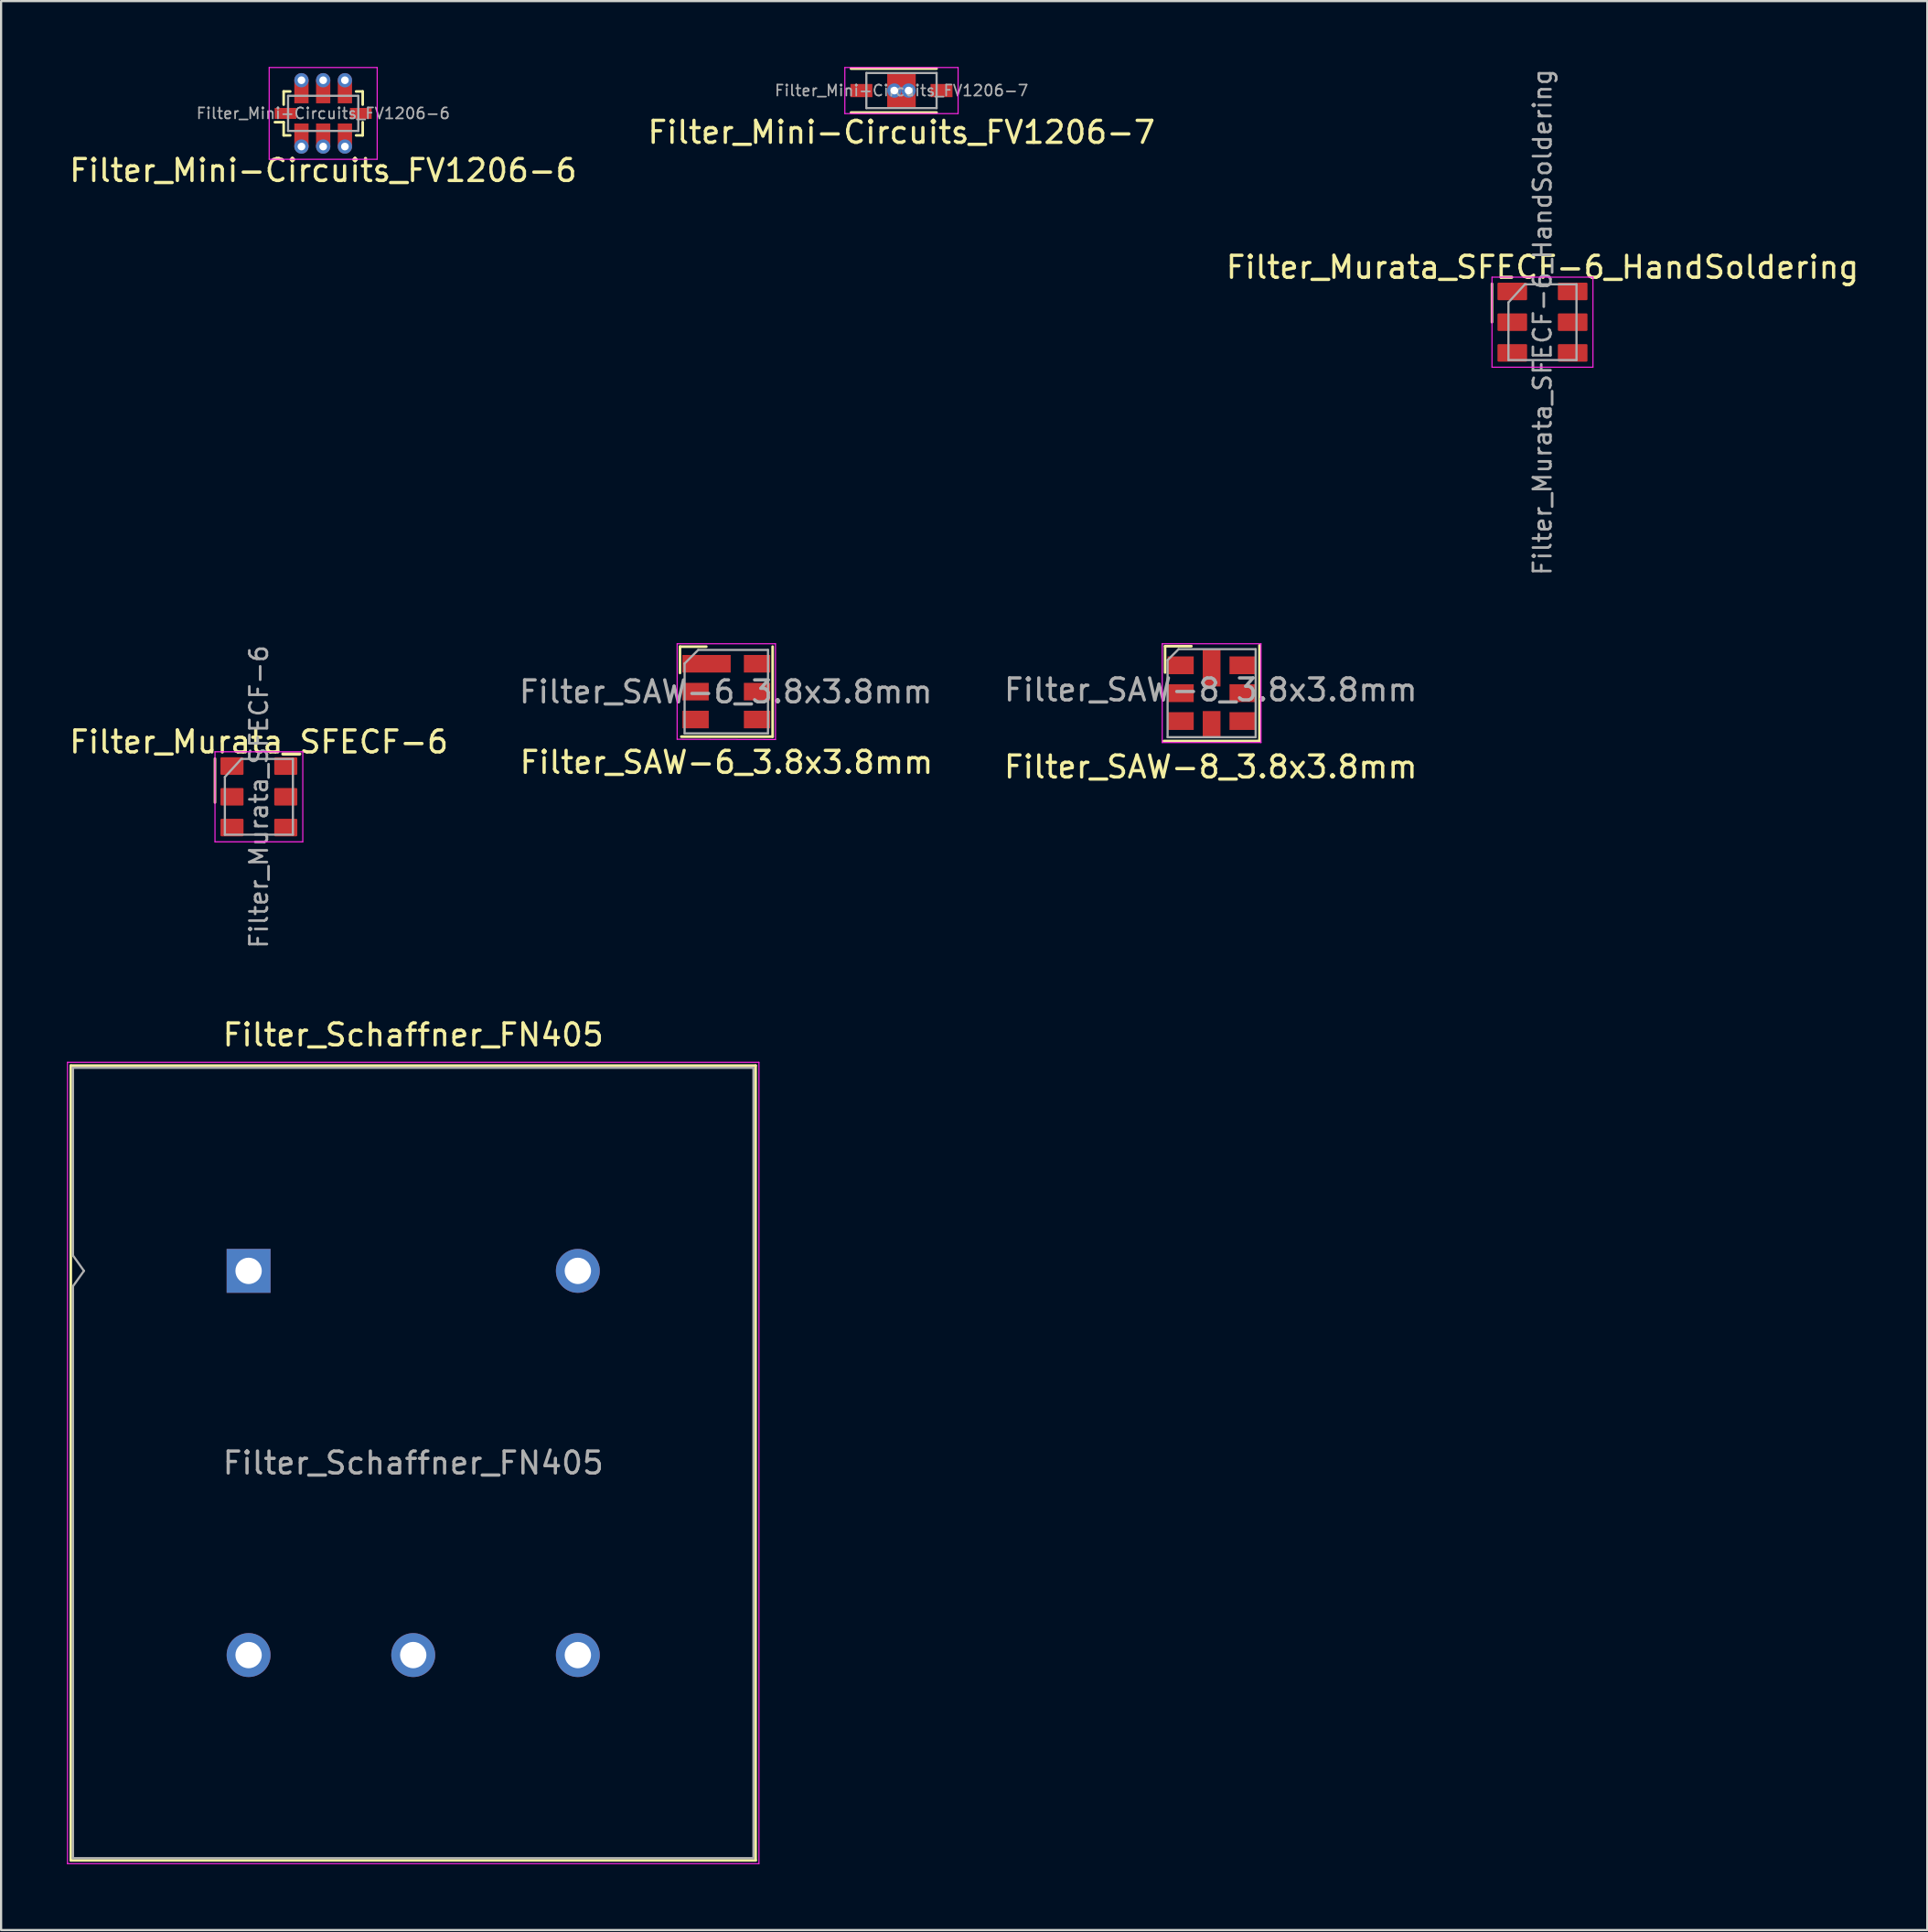
<source format=kicad_pcb>
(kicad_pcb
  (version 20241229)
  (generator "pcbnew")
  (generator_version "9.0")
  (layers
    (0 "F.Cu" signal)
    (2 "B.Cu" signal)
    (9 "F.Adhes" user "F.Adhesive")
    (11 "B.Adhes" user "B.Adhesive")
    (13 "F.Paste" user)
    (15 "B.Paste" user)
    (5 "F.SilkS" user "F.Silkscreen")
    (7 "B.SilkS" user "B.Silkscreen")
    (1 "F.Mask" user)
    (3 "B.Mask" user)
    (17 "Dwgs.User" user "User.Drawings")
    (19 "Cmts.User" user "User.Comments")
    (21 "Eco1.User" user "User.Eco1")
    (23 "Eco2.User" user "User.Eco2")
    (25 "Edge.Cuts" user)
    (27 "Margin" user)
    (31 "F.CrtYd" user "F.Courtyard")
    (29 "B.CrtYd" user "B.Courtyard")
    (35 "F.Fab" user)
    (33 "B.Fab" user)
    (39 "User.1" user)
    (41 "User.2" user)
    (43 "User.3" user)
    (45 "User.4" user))
  (footprint "Filter_Murata_SFECF-6"
    (layer "F.Cu")
    (at 8.744 33.243)
    (property "Reference" "Filter_Murata_SFECF-6" (at 0 -2.5 0) (layer "F.SilkS") (effects (font (size 1 1) (thickness 0.15))))
    (attr smd)
    (fp_line (start -2 0.26) (end -2 -1.74) (stroke (width 0.12) (type solid)) (layer "F.SilkS"))
    (fp_line (start -2 -2.05) (end -2 2.05) (stroke (width 0.05) (type solid)) (layer "F.CrtYd"))
    (fp_line (start -2 2.05) (end 2 2.05) (stroke (width 0.05) (type solid)) (layer "F.CrtYd"))
    (fp_line (start 2 -2.05) (end -2 -2.05) (stroke (width 0.05) (type solid)) (layer "F.CrtYd"))
    (fp_line (start 2 -2.05) (end 2 2.05) (stroke (width 0.05) (type solid)) (layer "F.CrtYd"))
    (fp_line (start -1.55 -0.9) (end -1.55 1.725) (stroke (width 0.1) (type solid)) (layer "F.Fab"))
    (fp_line (start -1.55 1.725) (end 1.55 1.725) (stroke (width 0.1) (type solid)) (layer "F.Fab"))
    (fp_line (start -0.8 -1.725) (end -1.55 -0.9) (stroke (width 0.1) (type solid)) (layer "F.Fab"))
    (fp_line (start 1.55 -1.725) (end -0.8 -1.725) (stroke (width 0.1) (type solid)) (layer "F.Fab"))
    (fp_line (start 1.55 -1.725) (end 1.55 1.725) (stroke (width 0.1) (type solid)) (layer "F.Fab"))
    (fp_text user "${REFERENCE}" (at 0 0 90) (layer "F.Fab") (effects (font (size 0.8 0.8) (thickness 0.12))))
    (pad "1" smd roundrect (at -1.225 -1.4) (size 1.05 0.8) (layers "F.Cu" "F.Mask" "F.Paste") (roundrect_rratio 0.062))
    (pad "2" smd roundrect (at -1.225 0) (size 1.05 0.8) (layers "F.Cu" "F.Mask" "F.Paste") (roundrect_rratio 0.062))
    (pad "3" smd roundrect (at -1.225 1.4) (size 1.05 0.8) (layers "F.Cu" "F.Mask" "F.Paste") (roundrect_rratio 0.062))
    (pad "4" smd roundrect (at 1.225 1.4) (size 1.05 0.8) (layers "F.Cu" "F.Mask" "F.Paste") (roundrect_rratio 0.062))
    (pad "5" smd roundrect (at 1.225 0) (size 1.05 0.8) (layers "F.Cu" "F.Mask" "F.Paste") (roundrect_rratio 0.062))
    (pad "6" smd roundrect (at 1.225 -1.4) (size 1.05 0.8) (layers "F.Cu" "F.Mask" "F.Paste") (roundrect_rratio 0.062)))
  (footprint "Filter_SAW-6_3.8x3.8mm"
    (layer "F.Cu")
    (at 30.038 28.453)
    (property "Reference" "Filter_SAW-6_3.8x3.8mm" (at 0.01 3.22 0) (layer "F.SilkS") (effects (font (size 1 1) (thickness 0.15))))
    (attr smd)
    (fp_line (start -2.11 -2.05) (end -0.91 -2.05) (stroke (width 0.12) (type solid)) (layer "F.SilkS"))
    (fp_line (start -2.11 -0.85) (end -2.11 -2.05) (stroke (width 0.12) (type solid)) (layer "F.SilkS"))
    (fp_line (start 2.11 -2.05) (end 2.11 2.05) (stroke (width 0.12) (type solid)) (layer "F.SilkS"))
    (fp_line (start 2.11 2.05) (end -2.05 2.05) (stroke (width 0.12) (type solid)) (layer "F.SilkS"))
    (fp_line (start -2.24 -2.18) (end 2.24 -2.18) (stroke (width 0.05) (type solid)) (layer "F.CrtYd"))
    (fp_line (start -2.24 2.17) (end -2.24 -2.18) (stroke (width 0.05) (type solid)) (layer "F.CrtYd"))
    (fp_line (start 2.24 -2.18) (end 2.24 2.18) (stroke (width 0.05) (type solid)) (layer "F.CrtYd"))
    (fp_line (start 2.24 2.18) (end -2.24 2.17) (stroke (width 0.05) (type solid)) (layer "F.CrtYd"))
    (fp_line (start -1.9 1.9) (end -1.9 -1.28) (stroke (width 0.1) (type solid)) (layer "F.Fab"))
    (fp_line (start -1.28 -1.9) (end -1.9 -1.28) (stroke (width 0.1) (type solid)) (layer "F.Fab"))
    (fp_line (start -1.28 -1.9) (end 1.9 -1.9) (stroke (width 0.1) (type solid)) (layer "F.Fab"))
    (fp_line (start 1.9 -1.9) (end 1.9 1.9) (stroke (width 0.1) (type solid)) (layer "F.Fab"))
    (fp_line (start 1.9 1.9) (end -1.9 1.9) (stroke (width 0.1) (type solid)) (layer "F.Fab"))
    (fp_text user "${REFERENCE}" (at -0.02 0.01 0) (layer "F.Fab") (effects (font (size 1 1) (thickness 0.15))))
    (pad "1" smd rect (at -0.9 -1.27) (size 2.2 0.8) (layers "F.Cu" "F.Mask" "F.Paste"))
    (pad "2" smd rect (at -1.4 0) (size 1.2 0.8) (layers "F.Cu" "F.Mask" "F.Paste"))
    (pad "3" smd rect (at -1.4 1.27) (size 1.2 0.8) (layers "F.Cu" "F.Mask" "F.Paste"))
    (pad "4" smd rect (at 1.4 1.27) (size 1.2 0.8) (layers "F.Cu" "F.Mask" "F.Paste"))
    (pad "5" smd rect (at 1.4 0) (size 1.2 0.8) (layers "F.Cu" "F.Mask" "F.Paste"))
    (pad "6" smd rect (at 1.4 -1.27) (size 1.2 0.8) (layers "F.Cu" "F.Mask" "F.Paste")))
  (footprint "Filter_Mini-Circuits_FV1206-6"
    (layer "F.Cu")
    (at 11.673 2.115)
    (property "Reference" "Filter_Mini-Circuits_FV1206-6" (at 0 2.6 0) (layer "F.SilkS") (effects (font (size 1 1) (thickness 0.15))))
    (attr smd)
    (fp_line (start -1.8 -1) (end -1.8 -0.4) (stroke (width 0.12) (type solid)) (layer "F.SilkS"))
    (fp_line (start -1.8 0.4) (end -2.2 0.4) (stroke (width 0.12) (type solid)) (layer "F.SilkS"))
    (fp_line (start -1.8 1) (end -1.8 0.4) (stroke (width 0.12) (type solid)) (layer "F.SilkS"))
    (fp_line (start -1.5 -1) (end -1.8 -1) (stroke (width 0.12) (type solid)) (layer "F.SilkS"))
    (fp_line (start -1.5 1) (end -1.8 1) (stroke (width 0.12) (type solid)) (layer "F.SilkS"))
    (fp_line (start 1.5 -1) (end 1.8 -1) (stroke (width 0.12) (type solid)) (layer "F.SilkS"))
    (fp_line (start 1.8 -1) (end 1.8 -0.4) (stroke (width 0.12) (type solid)) (layer "F.SilkS"))
    (fp_line (start 1.8 0.4) (end 1.8 1) (stroke (width 0.12) (type solid)) (layer "F.SilkS"))
    (fp_line (start 1.8 1) (end 1.5 1) (stroke (width 0.12) (type solid)) (layer "F.SilkS"))
    (fp_line (start -2.46 -2.09) (end -2.46 2.09) (stroke (width 0.05) (type solid)) (layer "F.CrtYd"))
    (fp_line (start -2.46 2.09) (end 2.46 2.09) (stroke (width 0.05) (type solid)) (layer "F.CrtYd"))
    (fp_line (start 2.46 -2.09) (end -2.46 -2.09) (stroke (width 0.05) (type solid)) (layer "F.CrtYd"))
    (fp_line (start 2.46 2.09) (end 2.46 -2.09) (stroke (width 0.05) (type solid)) (layer "F.CrtYd"))
    (fp_line (start -1.6 -0.8) (end -1.6 0.8) (stroke (width 0.1) (type solid)) (layer "F.Fab"))
    (fp_line (start -1.6 0.8) (end 1.6 0.8) (stroke (width 0.1) (type solid)) (layer "F.Fab"))
    (fp_line (start 1.6 -0.8) (end -1.6 -0.8) (stroke (width 0.1) (type solid)) (layer "F.Fab"))
    (fp_line (start 1.6 0.8) (end 1.6 -0.8) (stroke (width 0.1) (type solid)) (layer "F.Fab"))
    (fp_text user "${REFERENCE}" (at 0 0 0) (layer "F.Fab") (effects (font (size 0.5 0.5) (thickness 0.075))))
    (pad "1" smd rect (at -1.715 0) (size 0.99 0.5) (layers "F.Cu" "F.Mask" "F.Paste"))
    (pad "2" smd rect (at -0.99 0.985) (size 0.65 1.05) (layers "F.Cu" "F.Mask" "F.Paste"))
    (pad "2" thru_hole circle (at -0.99 1.51) (size 0.65 0.65) (drill 0.35) (layers "*.Cu" "*.Mask"))
    (pad "3" smd rect (at 0 0.985) (size 0.65 1.05) (layers "F.Cu" "F.Mask" "F.Paste"))
    (pad "3" thru_hole circle (at 0 1.51) (size 0.65 0.65) (drill 0.35) (layers "*.Cu" "*.Mask"))
    (pad "4" smd rect (at 0.99 0.985) (size 0.65 1.05) (layers "F.Cu" "F.Mask" "F.Paste"))
    (pad "4" thru_hole circle (at 0.99 1.51) (size 0.65 0.65) (drill 0.35) (layers "*.Cu" "*.Mask"))
    (pad "5" smd rect (at 1.715 0) (size 0.99 0.5) (layers "F.Cu" "F.Mask" "F.Paste"))
    (pad "6" thru_hole circle (at 0.99 -1.51) (size 0.65 0.65) (drill 0.35) (layers "*.Cu" "*.Mask"))
    (pad "6" smd rect (at 0.99 -0.985) (size 0.65 1.05) (layers "F.Cu" "F.Mask" "F.Paste"))
    (pad "7" thru_hole circle (at 0 -1.51) (size 0.65 0.65) (drill 0.35) (layers "*.Cu" "*.Mask"))
    (pad "7" smd rect (at 0 -0.985) (size 0.65 1.05) (layers "F.Cu" "F.Mask" "F.Paste"))
    (pad "8" thru_hole circle (at -0.99 -1.51) (size 0.65 0.65) (drill 0.35) (layers "*.Cu" "*.Mask"))
    (pad "8" smd rect (at -0.99 -0.985) (size 0.65 1.05) (layers "F.Cu" "F.Mask" "F.Paste")))
  (footprint "Filter_Mini-Circuits_FV1206-7"
    (layer "F.Cu")
    (at 38.018 1.075)
    (property "Reference" "Filter_Mini-Circuits_FV1206-7" (at 0 1.9 0) (layer "F.SilkS") (effects (font (size 1 1) (thickness 0.15))))
    (attr smd)
    (fp_line (start -2.3 -1) (end 1.6 -1) (stroke (width 0.12) (type solid)) (layer "F.SilkS"))
    (fp_line (start 1.6 1) (end -2.3 1) (stroke (width 0.12) (type solid)) (layer "F.SilkS"))
    (fp_line (start -2.58 -1.05) (end 2.58 -1.05) (stroke (width 0.05) (type solid)) (layer "F.CrtYd"))
    (fp_line (start -2.58 1.05) (end -2.58 -1.05) (stroke (width 0.05) (type solid)) (layer "F.CrtYd"))
    (fp_line (start 2.58 -1.05) (end 2.58 1.05) (stroke (width 0.05) (type solid)) (layer "F.CrtYd"))
    (fp_line (start 2.58 1.05) (end -2.58 1.05) (stroke (width 0.05) (type solid)) (layer "F.CrtYd"))
    (fp_line (start -1.6 -0.8) (end -1.6 0.8) (stroke (width 0.1) (type solid)) (layer "F.Fab"))
    (fp_line (start -1.6 0.8) (end 1.6 0.8) (stroke (width 0.1) (type solid)) (layer "F.Fab"))
    (fp_line (start 1.6 -0.8) (end -1.6 -0.8) (stroke (width 0.1) (type solid)) (layer "F.Fab"))
    (fp_line (start 1.6 0.8) (end 1.6 -0.8) (stroke (width 0.1) (type solid)) (layer "F.Fab"))
    (fp_text user "${REFERENCE}" (at 0 0 0) (layer "F.Fab") (effects (font (size 0.5 0.5) (thickness 0.075))))
    (pad "1" smd rect (at -1.825 0) (size 1 0.6) (layers "F.Cu" "F.Mask" "F.Paste"))
    (pad "2" thru_hole circle (at -0.325 0) (size 0.65 0.65) (drill 0.35) (layers "*.Cu" "*.Mask"))
    (pad "2" smd rect (at 0 0) (size 1.3 1.6) (layers "F.Cu" "F.Mask" "F.Paste"))
    (pad "2" thru_hole circle (at 0.325 0) (size 0.65 0.65) (drill 0.35) (layers "*.Cu" "*.Mask"))
    (pad "3" smd rect (at 1.825 0) (size 1 0.6) (layers "F.Cu" "F.Mask" "F.Paste")))
  (footprint "Filter_Murata_SFECF-6_HandSoldering"
    (layer "F.Cu")
    (at 67.22 11.624)
    (property "Reference" "Filter_Murata_SFECF-6_HandSoldering" (at 0 -2.5 0) (layer "F.SilkS") (effects (font (size 1 1) (thickness 0.15))))
    (attr smd)
    (fp_line (start -2.3 0) (end -2.3 -1.75) (stroke (width 0.12) (type solid)) (layer "F.SilkS"))
    (fp_line (start -2.3 -2.05) (end -2.3 2.05) (stroke (width 0.05) (type solid)) (layer "F.CrtYd"))
    (fp_line (start -2.3 2.05) (end 2.3 2.05) (stroke (width 0.05) (type solid)) (layer "F.CrtYd"))
    (fp_line (start 2.3 -2.05) (end -2.3 -2.05) (stroke (width 0.05) (type solid)) (layer "F.CrtYd"))
    (fp_line (start 2.3 -2.05) (end 2.3 2.05) (stroke (width 0.05) (type solid)) (layer "F.CrtYd"))
    (fp_line (start -1.55 -0.9) (end -1.55 1.725) (stroke (width 0.1) (type solid)) (layer "F.Fab"))
    (fp_line (start -1.55 1.725) (end 1.55 1.725) (stroke (width 0.1) (type solid)) (layer "F.Fab"))
    (fp_line (start -0.8 -1.725) (end -1.55 -0.9) (stroke (width 0.1) (type solid)) (layer "F.Fab"))
    (fp_line (start 1.55 -1.725) (end -0.8 -1.725) (stroke (width 0.1) (type solid)) (layer "F.Fab"))
    (fp_line (start 1.55 -1.725) (end 1.55 1.725) (stroke (width 0.1) (type solid)) (layer "F.Fab"))
    (fp_text user "${REFERENCE}" (at 0 0 90) (layer "F.Fab") (effects (font (size 0.8 0.8) (thickness 0.12))))
    (pad "1" smd roundrect (at -1.375 -1.4) (size 1.35 0.8) (layers "F.Cu" "F.Mask" "F.Paste") (roundrect_rratio 0.062))
    (pad "2" smd roundrect (at -1.375 0) (size 1.35 0.8) (layers "F.Cu" "F.Mask" "F.Paste") (roundrect_rratio 0.062))
    (pad "3" smd roundrect (at -1.375 1.4) (size 1.35 0.8) (layers "F.Cu" "F.Mask" "F.Paste") (roundrect_rratio 0.062))
    (pad "4" smd roundrect (at 1.375 1.4) (size 1.35 0.8) (layers "F.Cu" "F.Mask" "F.Paste") (roundrect_rratio 0.062))
    (pad "5" smd roundrect (at 1.375 0) (size 1.35 0.8) (layers "F.Cu" "F.Mask" "F.Paste") (roundrect_rratio 0.062))
    (pad "6" smd roundrect (at 1.375 -1.4) (size 1.35 0.8) (layers "F.Cu" "F.Mask" "F.Paste") (roundrect_rratio 0.062)))
  (footprint "Filter_Schaffner_FN405"
    (layer "F.Cu")
    (at 8.275 54.836)
    (property "Reference" "Filter_Schaffner_FN405" (at 7.5 -10.75 0) (layer "F.SilkS") (effects (font (size 1 1) (thickness 0.15))))
    (attr through_hole)
    (fp_line (start -8.1 -9.35) (end 23.1 -9.35) (stroke (width 0.12) (type solid)) (layer "F.SilkS"))
    (fp_line (start -8.1 26.85) (end -8.1 -9.35) (stroke (width 0.12) (type solid)) (layer "F.SilkS"))
    (fp_line (start 23.1 -9.35) (end 23.1 26.85) (stroke (width 0.12) (type solid)) (layer "F.SilkS"))
    (fp_line (start 23.1 26.85) (end -8.1 26.85) (stroke (width 0.12) (type solid)) (layer "F.SilkS"))
    (fp_line (start -8.25 -9.5) (end 23.25 -9.5) (stroke (width 0.05) (type solid)) (layer "F.CrtYd"))
    (fp_line (start -8.25 27) (end -8.25 -9.5) (stroke (width 0.05) (type solid)) (layer "F.CrtYd"))
    (fp_line (start 23.25 -9.5) (end 23.25 27) (stroke (width 0.05) (type solid)) (layer "F.CrtYd"))
    (fp_line (start 23.25 27) (end -8.25 27) (stroke (width 0.05) (type solid)) (layer "F.CrtYd"))
    (fp_line (start -8 -9.25) (end 23 -9.25) (stroke (width 0.1) (type solid)) (layer "F.Fab"))
    (fp_line (start -8 -0.7) (end -8 -9.25) (stroke (width 0.1) (type solid)) (layer "F.Fab"))
    (fp_line (start -8 0.7) (end -7.5 0) (stroke (width 0.1) (type solid)) (layer "F.Fab"))
    (fp_line (start -8 26.75) (end -8 0.7) (stroke (width 0.1) (type solid)) (layer "F.Fab"))
    (fp_line (start -7.5 0) (end -8 -0.7) (stroke (width 0.1) (type solid)) (layer "F.Fab"))
    (fp_line (start 23 -9.25) (end 23 26.75) (stroke (width 0.1) (type solid)) (layer "F.Fab"))
    (fp_line (start 23 26.75) (end -8 26.75) (stroke (width 0.1) (type solid)) (layer "F.Fab"))
    (fp_text user "${REFERENCE}" (at 7.5 8.75 0) (layer "F.Fab") (effects (font (size 1 1) (thickness 0.15))))
    (pad "1" thru_hole rect (at 0 0) (size 2 2) (drill 1.2) (layers "*.Cu" "*.Mask"))
    (pad "2" thru_hole circle (at 0 17.5) (size 2 2) (drill 1.2) (layers "*.Cu" "*.Mask"))
    (pad "3" thru_hole circle (at 7.5 17.5) (size 2 2) (drill 1.2) (layers "*.Cu" "*.Mask"))
    (pad "4" thru_hole circle (at 15 17.5) (size 2 2) (drill 1.2) (layers "*.Cu" "*.Mask"))
    (pad "5" thru_hole circle (at 15 0) (size 2 2) (drill 1.2) (layers "*.Cu" "*.Mask")))
  (footprint "Filter_SAW-8_3.8x3.8mm"
    (layer "F.Cu")
    (at 52.147 28.523)
    (property "Reference" "Filter_SAW-8_3.8x3.8mm" (at -0.04 3.36 0) (layer "F.SilkS") (effects (font (size 1 1) (thickness 0.15))))
    (attr smd)
    (fp_line (start -2.12 -2.14) (end -2.12 -0.94) (stroke (width 0.12) (type solid)) (layer "F.SilkS"))
    (fp_line (start -2.12 -2.14) (end -0.92 -2.14) (stroke (width 0.12) (type solid)) (layer "F.SilkS"))
    (fp_line (start 2.18 -2.18) (end 2.18 2.18) (stroke (width 0.12) (type solid)) (layer "F.SilkS"))
    (fp_line (start 2.18 2.18) (end -2.18 2.18) (stroke (width 0.12) (type solid)) (layer "F.SilkS"))
    (fp_line (start -2.25 -2.25) (end 2.25 -2.25) (stroke (width 0.05) (type solid)) (layer "F.CrtYd"))
    (fp_line (start -2.25 2.25) (end -2.25 -2.25) (stroke (width 0.05) (type solid)) (layer "F.CrtYd"))
    (fp_line (start 2.25 -2.25) (end 2.25 2.25) (stroke (width 0.05) (type solid)) (layer "F.CrtYd"))
    (fp_line (start 2.25 2.25) (end -2.25 2.25) (stroke (width 0.05) (type solid)) (layer "F.CrtYd"))
    (fp_line (start -2.005 2.005) (end -2.005 -1.505) (stroke (width 0.1) (type solid)) (layer "F.Fab"))
    (fp_line (start -1.505 -2.005) (end -2.005 -1.505) (stroke (width 0.1) (type solid)) (layer "F.Fab"))
    (fp_line (start -1.505 -2.005) (end 2.005 -2.005) (stroke (width 0.1) (type solid)) (layer "F.Fab"))
    (fp_line (start 2.005 -2.005) (end 2.005 2.005) (stroke (width 0.1) (type solid)) (layer "F.Fab"))
    (fp_line (start 2.005 2.005) (end -2.005 2.005) (stroke (width 0.1) (type solid)) (layer "F.Fab"))
    (fp_text user "${REFERENCE}" (at -0.04 -0.15 0) (layer "F.Fab") (effects (font (size 1 1) (thickness 0.15))))
    (pad "1" smd rect (at -1.41 -1.27 270) (size 0.81 1.19) (layers "F.Cu" "F.Mask" "F.Paste"))
    (pad "2" smd rect (at -1.41 0 270) (size 0.81 1.19) (layers "F.Cu" "F.Mask" "F.Paste"))
    (pad "3" smd rect (at -1.41 1.27 270) (size 0.81 1.19) (layers "F.Cu" "F.Mask" "F.Paste"))
    (pad "4" smd rect (at 0 1.41 270) (size 1.19 0.81) (layers "F.Cu" "F.Mask" "F.Paste"))
    (pad "5" smd rect (at 1.41 1.27 270) (size 0.81 1.19) (layers "F.Cu" "F.Mask" "F.Paste"))
    (pad "6" smd rect (at 1.41 0 270) (size 0.81 1.19) (layers "F.Cu" "F.Mask" "F.Paste"))
    (pad "7" smd rect (at 1.41 -1.27 270) (size 0.81 1.19) (layers "F.Cu" "F.Mask" "F.Paste"))
    (pad "8" smd rect (at 0 -1.155 270) (size 1.7 0.81) (layers "F.Cu" "F.Mask" "F.Paste")))
  (gr_rect
    (start -3 -3)
    (end 84.75 84.861)
    (stroke (width 0.1) (type default))
    (fill no)
    (layer "Edge.Cuts")))
</source>
